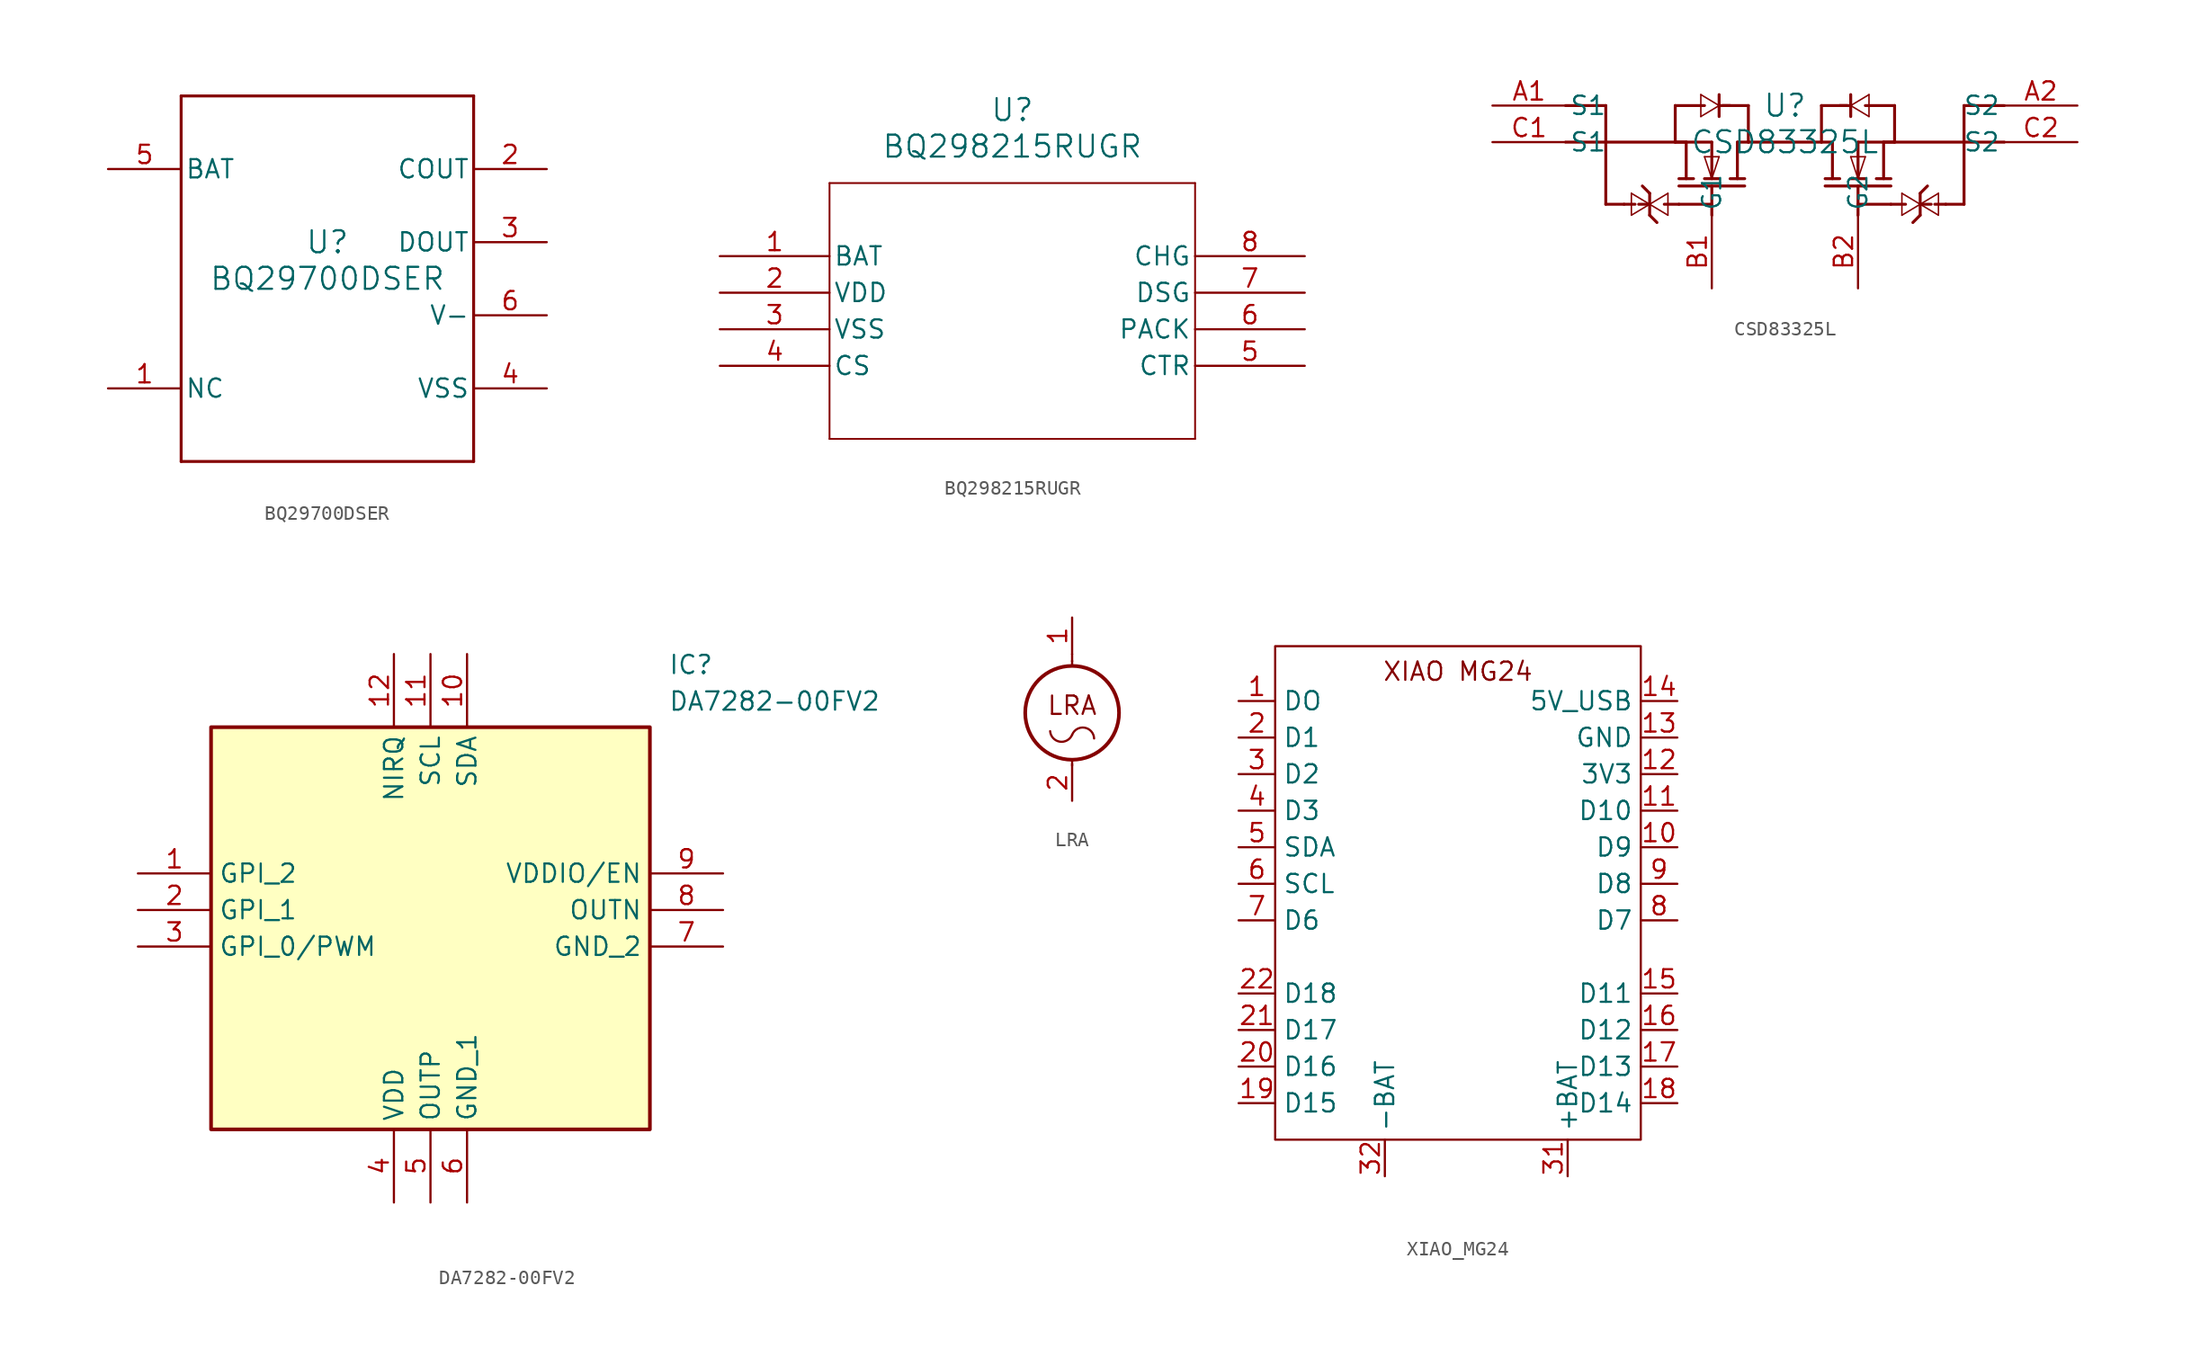
<source format=kicad_sym>
(kicad_symbol_lib
  (version 20241209)
  (generator "kicad_symbol_editor")
  (generator_version "9.0")
  (symbol "BQ29700DSER"
    (pin_names
      (offset 0.254))
    (property "Reference" "U"
      (at 0 2.54 0)
      (effects (font (size 1.524 1.524))))
    (property "Value" "BQ29700DSER"
      (at 0 0 0)
      (effects (font (size 1.524 1.524))))
    (property "ki_locked" ""
      (at 0 0 0)
      (effects (font (size 1.27 1.27))))
    (symbol "BQ29700DSER_0_1"
      (polyline (pts (xy -10.16 12.7) (xy -10.16 -12.7)) (stroke (width 0.203) (type default)) (fill (type none)))
      (polyline (pts (xy -10.16 -12.7) (xy 10.16 -12.7)) (stroke (width 0.203) (type default)) (fill (type none)))
      (polyline (pts (xy 10.16 12.7) (xy -10.16 12.7)) (stroke (width 0.203) (type default)) (fill (type none)))
      (polyline (pts (xy 10.16 -12.7) (xy 10.16 12.7)) (stroke (width 0.203) (type default)) (fill (type none)))
      (pin power_in line (at -15.24 7.62 0) (length 5.08) (name "BAT" (effects (font (size 1.27 1.27)))) (number "5" (effects (font (size 1.27 1.27)))))
      (pin unspecified line (at -15.24 -7.62 0) (length 5.08) (name "NC" (effects (font (size 1.27 1.27)))) (number "1" (effects (font (size 1.27 1.27)))))
      (pin output line (at 15.24 7.62 180) (length 5.08) (name "COUT" (effects (font (size 1.27 1.27)))) (number "2" (effects (font (size 1.27 1.27)))))
      (pin output line (at 15.24 2.54 180) (length 5.08) (name "DOUT" (effects (font (size 1.27 1.27)))) (number "3" (effects (font (size 1.27 1.27)))))
      (pin bidirectional line (at 15.24 -2.54 180) (length 5.08) (name "V-" (effects (font (size 1.27 1.27)))) (number "6" (effects (font (size 1.27 1.27)))))
      (pin power_in line (at 15.24 -7.62 180) (length 5.08) (name "VSS" (effects (font (size 1.27 1.27)))) (number "4" (effects (font (size 1.27 1.27)))))))
  (symbol "BQ298215RUGR"
    (pin_names
      (offset 0.254))
    (property "Reference" "U"
      (at 20.32 10.16 0)
      (effects (font (size 1.524 1.524))))
    (property "Value" "BQ298215RUGR"
      (at 20.32 7.62 0)
      (effects (font (size 1.524 1.524))))
    (property "ki_locked" ""
      (at 0 0 0)
      (effects (font (size 1.27 1.27))))
    (symbol "BQ298215RUGR_0_1"
      (polyline (pts (xy 7.62 5.08) (xy 7.62 -12.7)) (stroke (width 0.127) (type default)) (fill (type none)))
      (polyline (pts (xy 7.62 -12.7) (xy 33.02 -12.7)) (stroke (width 0.127) (type default)) (fill (type none)))
      (polyline (pts (xy 33.02 5.08) (xy 7.62 5.08)) (stroke (width 0.127) (type default)) (fill (type none)))
      (polyline (pts (xy 33.02 -12.7) (xy 33.02 5.08)) (stroke (width 0.127) (type default)) (fill (type none)))
      (pin unspecified line (at 0 0 0) (length 7.62) (name "BAT" (effects (font (size 1.27 1.27)))) (number "1" (effects (font (size 1.27 1.27)))))
      (pin power_in line (at 0 -2.54 0) (length 7.62) (name "VDD" (effects (font (size 1.27 1.27)))) (number "2" (effects (font (size 1.27 1.27)))))
      (pin power_out line (at 0 -5.08 0) (length 7.62) (name "VSS" (effects (font (size 1.27 1.27)))) (number "3" (effects (font (size 1.27 1.27)))))
      (pin unspecified line (at 0 -7.62 0) (length 7.62) (name "CS" (effects (font (size 1.27 1.27)))) (number "4" (effects (font (size 1.27 1.27)))))
      (pin unspecified line (at 40.64 0 180) (length 7.62) (name "CHG" (effects (font (size 1.27 1.27)))) (number "8" (effects (font (size 1.27 1.27)))))
      (pin unspecified line (at 40.64 -2.54 180) (length 7.62) (name "DSG" (effects (font (size 1.27 1.27)))) (number "7" (effects (font (size 1.27 1.27)))))
      (pin unspecified line (at 40.64 -5.08 180) (length 7.62) (name "PACK" (effects (font (size 1.27 1.27)))) (number "6" (effects (font (size 1.27 1.27)))))
      (pin unspecified line (at 40.64 -7.62 180) (length 7.62) (name "CTR" (effects (font (size 1.27 1.27)))) (number "5" (effects (font (size 1.27 1.27)))))))
  (symbol "CSD83325L"
    (pin_names
      (offset 0.254))
    (property "Reference" "U"
      (at 0 2.54 0)
      (effects (font (size 1.524 1.524))))
    (property "Value" "CSD83325L"
      (at 0 0 0)
      (effects (font (size 1.524 1.524))))
    (property "ki_locked" ""
      (at 0 0 0)
      (effects (font (size 1.27 1.27))))
    (symbol "CSD83325L_0_1"
      (polyline (pts (xy -15.24 2.54) (xy -12.446 2.54)) (stroke (width 0.203) (type default)) (fill (type none)))
      (polyline (pts (xy -15.24 0) (xy -7.62 0)) (stroke (width 0.203) (type default)) (fill (type none)))
      (polyline (pts (xy -12.446 -4.318) (xy -12.446 2.54)) (stroke (width 0.203) (type default)) (fill (type none)))
      (polyline (pts (xy -12.446 -4.318) (xy -11.176 -4.318)) (stroke (width 0.203) (type default)) (fill (type none)))
      (polyline (pts (xy -11.176 -4.318) (xy -10.414 -4.318)) (stroke (width 0.203) (type default)) (fill (type none)))
      (polyline (pts (xy -10.668 -3.556) (xy -9.398 -4.318)) (stroke (width 0.102) (type default)) (fill (type none)))
      (polyline (pts (xy -10.668 -5.08) (xy -10.668 -3.556)) (stroke (width 0.102) (type default)) (fill (type none)))
      (polyline (pts (xy -10.16 -4.318) (xy -9.398 -4.318)) (stroke (width 0.203) (type default)) (fill (type none)))
      (polyline (pts (xy -9.398 -3.556) (xy -9.906 -3.048)) (stroke (width 0.203) (type default)) (fill (type none)))
      (polyline (pts (xy -9.398 -3.556) (xy -9.398 -5.08)) (stroke (width 0.203) (type default)) (fill (type none)))
      (polyline (pts (xy -9.398 -4.318) (xy -10.668 -5.08)) (stroke (width 0.102) (type default)) (fill (type none)))
      (polyline (pts (xy -9.398 -4.318) (xy -8.128 -5.08)) (stroke (width 0.102) (type default)) (fill (type none)))
      (polyline (pts (xy -9.398 -5.08) (xy -8.89 -5.588)) (stroke (width 0.203) (type default)) (fill (type none)))
      (polyline (pts (xy -8.128 -3.556) (xy -9.398 -4.318)) (stroke (width 0.102) (type default)) (fill (type none)))
      (polyline (pts (xy -8.128 -5.08) (xy -8.128 -3.556)) (stroke (width 0.102) (type default)) (fill (type none)))
      (polyline (pts (xy -7.62 2.54) (xy -5.588 2.54)) (stroke (width 0.203) (type default)) (fill (type none)))
      (polyline (pts (xy -7.62 0) (xy -7.62 2.54)) (stroke (width 0.203) (type default)) (fill (type none)))
      (polyline (pts (xy -7.62 0) (xy -5.08 0)) (stroke (width 0.203) (type default)) (fill (type none)))
      (polyline (pts (xy -7.366 -2.54) (xy -6.35 -2.54)) (stroke (width 0.203) (type default)) (fill (type none)))
      (polyline (pts (xy -7.366 -4.318) (xy -8.382 -4.318)) (stroke (width 0.203) (type default)) (fill (type none)))
      (polyline (pts (xy -7.366 -4.318) (xy -5.08 -4.318)) (stroke (width 0.203) (type default)) (fill (type none)))
      (polyline (pts (xy -6.858 0) (xy -7.62 0)) (stroke (width 0.203) (type default)) (fill (type none)))
      (polyline (pts (xy -6.858 0) (xy -6.858 -2.54)) (stroke (width 0.203) (type default)) (fill (type none)))
      (polyline (pts (xy -5.842 3.302) (xy -4.572 2.54)) (stroke (width 0.102) (type default)) (fill (type none)))
      (polyline (pts (xy -5.842 1.778) (xy -5.842 3.302)) (stroke (width 0.102) (type default)) (fill (type none)))
      (polyline (pts (xy -5.588 -1.016) (xy -4.572 -1.016)) (stroke (width 0.102) (type default)) (fill (type none)))
      (polyline (pts (xy -5.588 -2.54) (xy -4.572 -2.54)) (stroke (width 0.203) (type default)) (fill (type none)))
      (polyline (pts (xy -5.08 0) (xy -5.08 -2.54)) (stroke (width 0.203) (type default)) (fill (type none)))
      (polyline (pts (xy -5.08 -2.54) (xy -5.588 -1.016)) (stroke (width 0.102) (type default)) (fill (type none)))
      (polyline (pts (xy -5.08 -5.08) (xy -5.08 -3.048)) (stroke (width 0.203) (type default)) (fill (type none)))
      (polyline (pts (xy -4.572 3.302) (xy -4.572 1.778)) (stroke (width 0.203) (type default)) (fill (type none)))
      (polyline (pts (xy -4.572 2.54) (xy -5.842 1.778)) (stroke (width 0.102) (type default)) (fill (type none)))
      (polyline (pts (xy -4.572 -1.016) (xy -5.08 -2.54)) (stroke (width 0.102) (type default)) (fill (type none)))
      (polyline (pts (xy -3.81 2.54) (xy -4.572 2.54)) (stroke (width 0.203) (type default)) (fill (type none)))
      (polyline (pts (xy -3.302 0) (xy -3.302 -2.54)) (stroke (width 0.203) (type default)) (fill (type none)))
      (polyline (pts (xy -3.302 0) (xy -2.54 0)) (stroke (width 0.203) (type default)) (fill (type none)))
      (polyline (pts (xy -2.794 -2.54) (xy -3.81 -2.54)) (stroke (width 0.203) (type default)) (fill (type none)))
      (polyline (pts (xy -2.794 -3.048) (xy -7.366 -3.048)) (stroke (width 0.203) (type default)) (fill (type none)))
      (polyline (pts (xy -2.54 2.54) (xy -4.318 2.54)) (stroke (width 0.203) (type default)) (fill (type none)))
      (polyline (pts (xy -2.54 0) (xy -2.54 2.54)) (stroke (width 0.203) (type default)) (fill (type none)))
      (polyline (pts (xy -2.54 0) (xy 2.54 0)) (stroke (width 0.203) (type default)) (fill (type none)))
      (polyline (pts (xy 2.54 2.54) (xy 4.318 2.54)) (stroke (width 0.203) (type default)) (fill (type none)))
      (polyline (pts (xy 2.54 0) (xy 2.54 2.54)) (stroke (width 0.203) (type default)) (fill (type none)))
      (polyline (pts (xy 2.794 -2.54) (xy 3.81 -2.54)) (stroke (width 0.203) (type default)) (fill (type none)))
      (polyline (pts (xy 2.794 -3.048) (xy 7.366 -3.048)) (stroke (width 0.203) (type default)) (fill (type none)))
      (polyline (pts (xy 3.302 0) (xy 2.54 0)) (stroke (width 0.203) (type default)) (fill (type none)))
      (polyline (pts (xy 3.302 0) (xy 3.302 -2.54)) (stroke (width 0.203) (type default)) (fill (type none)))
      (polyline (pts (xy 3.81 2.54) (xy 4.572 2.54)) (stroke (width 0.203) (type default)) (fill (type none)))
      (polyline (pts (xy 4.572 3.302) (xy 4.572 1.778)) (stroke (width 0.203) (type default)) (fill (type none)))
      (polyline (pts (xy 4.572 2.54) (xy 5.842 1.778)) (stroke (width 0.102) (type default)) (fill (type none)))
      (polyline (pts (xy 4.572 -1.016) (xy 5.08 -2.54)) (stroke (width 0.102) (type default)) (fill (type none)))
      (polyline (pts (xy 5.08 0) (xy 5.08 -2.54)) (stroke (width 0.203) (type default)) (fill (type none)))
      (polyline (pts (xy 5.08 -2.54) (xy 5.588 -1.016)) (stroke (width 0.102) (type default)) (fill (type none)))
      (polyline (pts (xy 5.08 -5.08) (xy 5.08 -3.048)) (stroke (width 0.203) (type default)) (fill (type none)))
      (polyline (pts (xy 5.588 -1.016) (xy 4.572 -1.016)) (stroke (width 0.102) (type default)) (fill (type none)))
      (polyline (pts (xy 5.588 -2.54) (xy 4.572 -2.54)) (stroke (width 0.203) (type default)) (fill (type none)))
      (polyline (pts (xy 5.842 3.302) (xy 4.572 2.54)) (stroke (width 0.102) (type default)) (fill (type none)))
      (polyline (pts (xy 5.842 1.778) (xy 5.842 3.302)) (stroke (width 0.102) (type default)) (fill (type none)))
      (polyline (pts (xy 6.858 0) (xy 6.858 -2.54)) (stroke (width 0.203) (type default)) (fill (type none)))
      (polyline (pts (xy 6.858 0) (xy 7.62 0)) (stroke (width 0.203) (type default)) (fill (type none)))
      (polyline (pts (xy 7.366 -2.54) (xy 6.35 -2.54)) (stroke (width 0.203) (type default)) (fill (type none)))
      (polyline (pts (xy 7.366 -4.318) (xy 5.08 -4.318)) (stroke (width 0.203) (type default)) (fill (type none)))
      (polyline (pts (xy 7.366 -4.318) (xy 8.382 -4.318)) (stroke (width 0.203) (type default)) (fill (type none)))
      (polyline (pts (xy 7.62 2.54) (xy 5.588 2.54)) (stroke (width 0.203) (type default)) (fill (type none)))
      (polyline (pts (xy 7.62 0) (xy 5.08 0)) (stroke (width 0.203) (type default)) (fill (type none)))
      (polyline (pts (xy 7.62 0) (xy 7.62 2.54)) (stroke (width 0.203) (type default)) (fill (type none)))
      (polyline (pts (xy 8.128 -3.556) (xy 9.398 -4.318)) (stroke (width 0.102) (type default)) (fill (type none)))
      (polyline (pts (xy 8.128 -5.08) (xy 8.128 -3.556)) (stroke (width 0.102) (type default)) (fill (type none)))
      (polyline (pts (xy 9.398 -3.556) (xy 9.398 -5.08)) (stroke (width 0.203) (type default)) (fill (type none)))
      (polyline (pts (xy 9.398 -3.556) (xy 9.906 -3.048)) (stroke (width 0.203) (type default)) (fill (type none)))
      (polyline (pts (xy 9.398 -4.318) (xy 8.128 -5.08)) (stroke (width 0.102) (type default)) (fill (type none)))
      (polyline (pts (xy 9.398 -4.318) (xy 10.668 -5.08)) (stroke (width 0.102) (type default)) (fill (type none)))
      (polyline (pts (xy 9.398 -5.08) (xy 8.89 -5.588)) (stroke (width 0.203) (type default)) (fill (type none)))
      (polyline (pts (xy 10.16 -4.318) (xy 9.398 -4.318)) (stroke (width 0.203) (type default)) (fill (type none)))
      (polyline (pts (xy 10.668 -3.556) (xy 9.398 -4.318)) (stroke (width 0.102) (type default)) (fill (type none)))
      (polyline (pts (xy 10.668 -5.08) (xy 10.668 -3.556)) (stroke (width 0.102) (type default)) (fill (type none)))
      (polyline (pts (xy 11.176 -4.318) (xy 10.414 -4.318)) (stroke (width 0.203) (type default)) (fill (type none)))
      (polyline (pts (xy 12.446 -4.318) (xy 11.176 -4.318)) (stroke (width 0.203) (type default)) (fill (type none)))
      (polyline (pts (xy 12.446 -4.318) (xy 12.446 2.54)) (stroke (width 0.203) (type default)) (fill (type none)))
      (polyline (pts (xy 15.24 2.54) (xy 12.446 2.54)) (stroke (width 0.203) (type default)) (fill (type none)))
      (polyline (pts (xy 15.24 0) (xy 7.62 0)) (stroke (width 0.203) (type default)) (fill (type none)))
      (pin unspecified line (at -20.32 2.54 0) (length 5.08) (name "S1" (effects (font (size 1.27 1.27)))) (number "A1" (effects (font (size 1.27 1.27)))))
      (pin unspecified line (at -20.32 0 0) (length 5.08) (name "S1" (effects (font (size 1.27 1.27)))) (number "C1" (effects (font (size 1.27 1.27)))))
      (pin unspecified line (at -5.08 -10.16 90) (length 5.08) (name "G1" (effects (font (size 1.27 1.27)))) (number "B1" (effects (font (size 1.27 1.27)))))
      (pin unspecified line (at 5.08 -10.16 90) (length 5.08) (name "G2" (effects (font (size 1.27 1.27)))) (number "B2" (effects (font (size 1.27 1.27)))))
      (pin unspecified line (at 20.32 2.54 180) (length 5.08) (name "S2" (effects (font (size 1.27 1.27)))) (number "A2" (effects (font (size 1.27 1.27)))))
      (pin unspecified line (at 20.32 0 180) (length 5.08) (name "S2" (effects (font (size 1.27 1.27)))) (number "C2" (effects (font (size 1.27 1.27)))))))
  (symbol "DA7282-00FV2"
    (property "Reference" "IC"
      (at 36.83 15.24 0)
      (effects (font (size 1.27 1.27)) (justify left top)))
    (property "Value" "DA7282-00FV2"
      (at 36.83 12.7 0)
      (effects (font (size 1.27 1.27)) (justify left top)))
    (symbol "DA7282-00FV2_1_1"
      (rectangle (start 5.08 10.16) (end 35.56 -17.78) (stroke (width 0.254) (type default)) (fill (type background)))
      (pin passive line (at 0 0 0) (length 5.08) (name "GPI_2" (effects (font (size 1.27 1.27)))) (number "1" (effects (font (size 1.27 1.27)))))
      (pin passive line (at 0 -2.54 0) (length 5.08) (name "GPI_1" (effects (font (size 1.27 1.27)))) (number "2" (effects (font (size 1.27 1.27)))))
      (pin passive line (at 0 -5.08 0) (length 5.08) (name "GPI_0/PWM" (effects (font (size 1.27 1.27)))) (number "3" (effects (font (size 1.27 1.27)))))
      (pin passive line (at 17.78 15.24 270) (length 5.08) (name "NIRQ" (effects (font (size 1.27 1.27)))) (number "12" (effects (font (size 1.27 1.27)))))
      (pin passive line (at 17.78 -22.86 90) (length 5.08) (name "VDD" (effects (font (size 1.27 1.27)))) (number "4" (effects (font (size 1.27 1.27)))))
      (pin passive line (at 20.32 15.24 270) (length 5.08) (name "SCL" (effects (font (size 1.27 1.27)))) (number "11" (effects (font (size 1.27 1.27)))))
      (pin passive line (at 20.32 -22.86 90) (length 5.08) (name "OUTP" (effects (font (size 1.27 1.27)))) (number "5" (effects (font (size 1.27 1.27)))))
      (pin passive line (at 22.86 15.24 270) (length 5.08) (name "SDA" (effects (font (size 1.27 1.27)))) (number "10" (effects (font (size 1.27 1.27)))))
      (pin passive line (at 22.86 -22.86 90) (length 5.08) (name "GND_1" (effects (font (size 1.27 1.27)))) (number "6" (effects (font (size 1.27 1.27)))))
      (pin passive line (at 40.64 0 180) (length 5.08) (name "VDDIO/EN" (effects (font (size 1.27 1.27)))) (number "9" (effects (font (size 1.27 1.27)))))
      (pin passive line (at 40.64 -2.54 180) (length 5.08) (name "OUTN" (effects (font (size 1.27 1.27)))) (number "8" (effects (font (size 1.27 1.27)))))
      (pin passive line (at 40.64 -5.08 180) (length 5.08) (name "GND_2" (effects (font (size 1.27 1.27)))) (number "7" (effects (font (size 1.27 1.27)))))))
  (symbol "LRA"
    (property "Reference" "U"
      (at 0 0 0)
      (effects (font (size 1.27 1.27)) (hide yes)))
    (property "Value" ""
      (at 0 0 0)
      (effects (font (size 1.27 1.27))))
    (symbol "LRA_0_0"
      (arc (start 0 4.572) (mid -0.8622 4.0978) (end -1.524 4.826) (stroke (width 0) (type default)) (fill (type none)))
      (arc (start 0 4.572) (mid 0.8657 5.0673) (end 1.524 4.318) (stroke (width 0) (type default)) (fill (type none))))
    (symbol "LRA_0_1"
      (polyline (pts (xy 0 9.652) (xy 0 10.16)) (stroke (width 0) (type default)) (fill (type none)))
      (polyline (pts (xy 0 9.347) (xy 0 9.703)) (stroke (width 0) (type default)) (fill (type none)))
      (circle (center 0 6.096) (radius 3.251) (stroke (width 0.254) (type default)) (fill (type none)))
      (polyline (pts (xy 0 2.845) (xy 0 2.438)) (stroke (width 0) (type default)) (fill (type none))))
    (symbol "LRA_1_0"
      (text "LRA" (at 0 6.604 0) (effects (font (size 1.27 1.27)))))
    (symbol "LRA_1_1"
      (pin passive line (at 0 12.7 270) (length 2.54) (name "~" (effects (font (size 1.27 1.27)))) (number "1" (effects (font (size 1.27 1.27)))))
      (pin passive line (at 0 0 90) (length 2.54) (name "~" (effects (font (size 1.27 1.27)))) (number "2" (effects (font (size 1.27 1.27)))))))
  (symbol "XIAO_MG24"
    (property "Reference" "U"
      (at 0 0 0)
      (effects (font (size 1.27 1.27)) (hide yes)))
    (property "Value" ""
      (at 0 0 0)
      (effects (font (size 1.27 1.27))))
    (symbol "XIAO_MG24_1_0"
      (text_box "XIAO MG24" (at -12.7 2.54 0) (size 25.4 -34.29) (margins 1.016 1.016 1.016 1.016) (stroke (width 0) (type default)) (fill (type none)) (effects (font (size 1.27 1.27)) (justify top))))
    (symbol "XIAO_MG24_1_1"
      (pin output line (at -15.24 -1.27 0) (length 2.54) (name "DO" (effects (font (size 1.27 1.27)))) (number "1" (effects (font (size 1.27 1.27)))) (alternate "PC01" output line))
      (pin output line (at -15.24 -3.81 0) (length 2.54) (name "D1" (effects (font (size 1.27 1.27)))) (number "2" (effects (font (size 1.27 1.27)))) (alternate "PC02" output line))
      (pin output line (at -15.24 -6.35 0) (length 2.54) (name "D2" (effects (font (size 1.27 1.27)))) (number "3" (effects (font (size 1.27 1.27)))) (alternate "PC02" output line))
      (pin output line (at -15.24 -8.89 0) (length 2.54) (name "D3" (effects (font (size 1.27 1.27)))) (number "4" (effects (font (size 1.27 1.27)))) (alternate "PC03" output line))
      (pin bidirectional line (at -15.24 -11.43 0) (length 2.54) (name "SDA" (effects (font (size 1.27 1.27)))) (number "5" (effects (font (size 1.27 1.27)))))
      (pin output line (at -15.24 -13.97 0) (length 2.54) (name "SCL" (effects (font (size 1.27 1.27)))) (number "6" (effects (font (size 1.27 1.27)))))
      (pin output line (at -15.24 -16.51 0) (length 2.54) (name "D6" (effects (font (size 1.27 1.27)))) (number "7" (effects (font (size 1.27 1.27)))) (alternate "PC07" output line))
      (pin output line (at -15.24 -21.59 0) (length 2.54) (name "D18" (effects (font (size 1.27 1.27)))) (number "22" (effects (font (size 1.27 1.27)))) (alternate "PD02" output line))
      (pin output line (at -15.24 -24.13 0) (length 2.54) (name "D17" (effects (font (size 1.27 1.27)))) (number "21" (effects (font (size 1.27 1.27)))) (alternate "PA00" output line))
      (pin output line (at -15.24 -26.67 0) (length 2.54) (name "D16" (effects (font (size 1.27 1.27)))) (number "20" (effects (font (size 1.27 1.27)))) (alternate "PB02" output line))
      (pin output line (at -15.24 -29.21 0) (length 2.54) (name "D15" (effects (font (size 1.27 1.27)))) (number "19" (effects (font (size 1.27 1.27)))) (alternate "PB00" output line))
      (pin power_in line (at -5.08 -34.29 90) (length 2.54) (name "-BAT" (effects (font (size 1.27 1.27)))) (number "32" (effects (font (size 1.27 1.27)))))
      (pin power_in line (at 7.62 -34.29 90) (length 2.54) (name "+BAT" (effects (font (size 1.27 1.27)))) (number "31" (effects (font (size 1.27 1.27)))))
      (pin power_out line (at 15.24 -1.27 180) (length 2.54) (name "5V_USB" (effects (font (size 1.27 1.27)))) (number "14" (effects (font (size 1.27 1.27)))))
      (pin passive line (at 15.24 -3.81 180) (length 2.54) (name "GND" (effects (font (size 1.27 1.27)))) (number "13" (effects (font (size 1.27 1.27)))))
      (pin power_out line (at 15.24 -6.35 180) (length 2.54) (name "3V3" (effects (font (size 1.27 1.27)))) (number "12" (effects (font (size 1.27 1.27)))) (alternate "VDD" output line))
      (pin output line (at 15.24 -8.89 180) (length 2.54) (name "D10" (effects (font (size 1.27 1.27)))) (number "11" (effects (font (size 1.27 1.27)))) (alternate "PA05" output line))
      (pin output line (at 15.24 -11.43 180) (length 2.54) (name "D9" (effects (font (size 1.27 1.27)))) (number "10" (effects (font (size 1.27 1.27)))) (alternate "PA04" output line))
      (pin output line (at 15.24 -13.97 180) (length 2.54) (name "D8" (effects (font (size 1.27 1.27)))) (number "9" (effects (font (size 1.27 1.27)))) (alternate "PA03" output line))
      (pin output line (at 15.24 -16.51 180) (length 2.54) (name "D7" (effects (font (size 1.27 1.27)))) (number "8" (effects (font (size 1.27 1.27)))) (alternate "PC07" output line))
      (pin output line (at 15.24 -21.59 180) (length 2.54) (name "D11" (effects (font (size 1.27 1.27)))) (number "15" (effects (font (size 1.27 1.27)))) (alternate "PA09" output line))
      (pin output line (at 15.24 -24.13 180) (length 2.54) (name "D12" (effects (font (size 1.27 1.27)))) (number "16" (effects (font (size 1.27 1.27)))) (alternate "PA09" output line))
      (pin output line (at 15.24 -26.67 180) (length 2.54) (name "D13" (effects (font (size 1.27 1.27)))) (number "17" (effects (font (size 1.27 1.27)))) (alternate "PB02" output line))
      (pin output line (at 15.24 -29.21 180) (length 2.54) (name "D14" (effects (font (size 1.27 1.27)))) (number "18" (effects (font (size 1.27 1.27)))) (alternate "PB03" output line)))))
</source>
